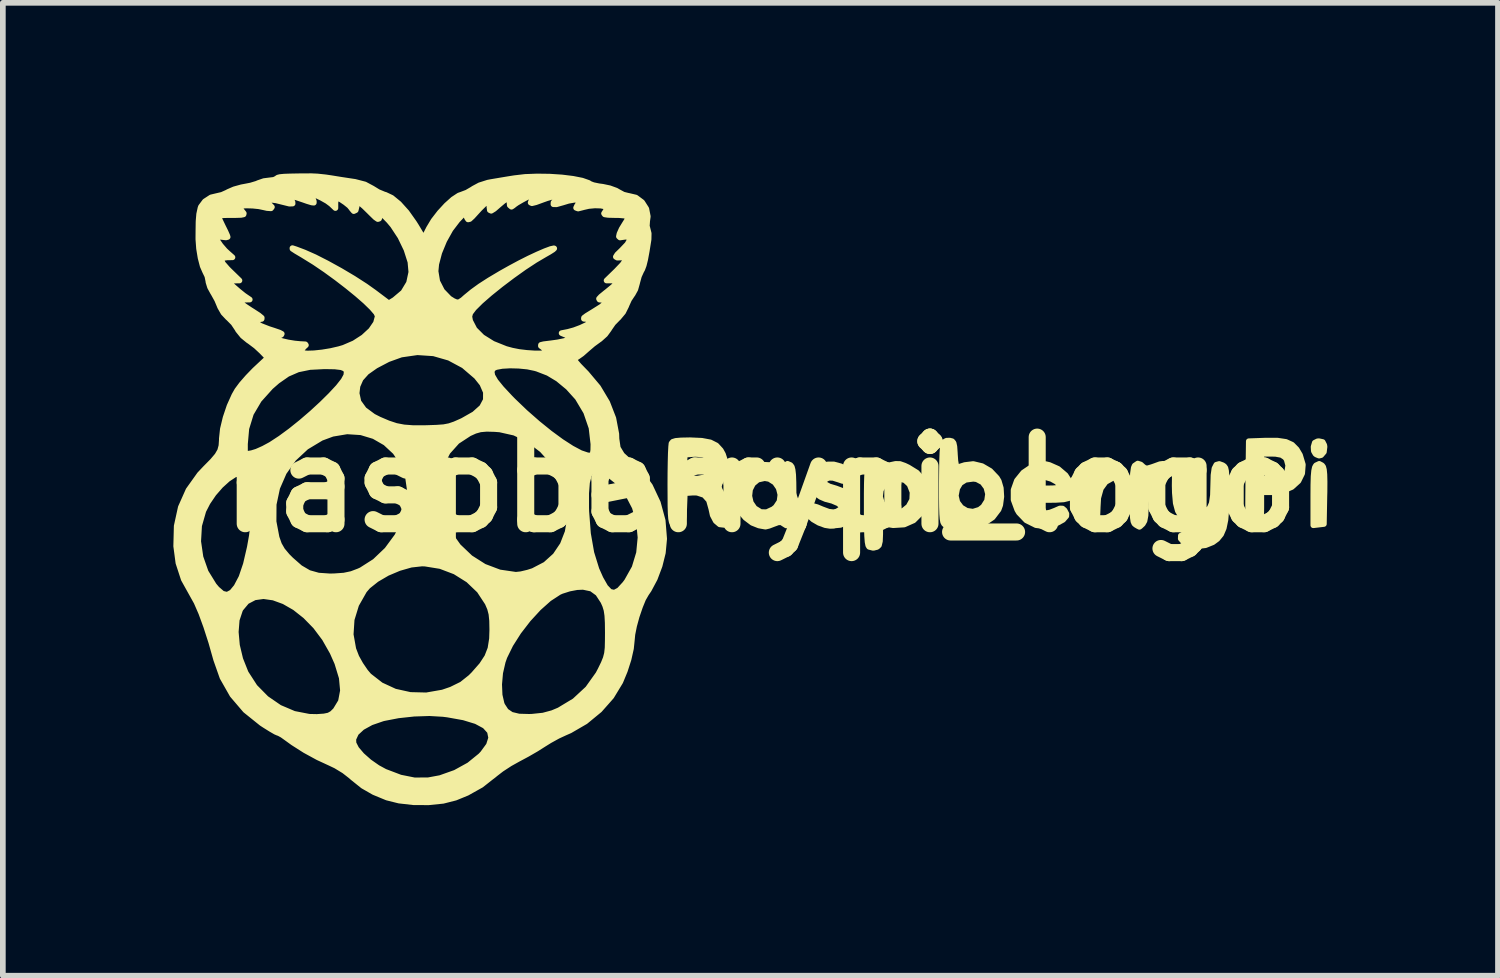
<source format=kicad_pcb>
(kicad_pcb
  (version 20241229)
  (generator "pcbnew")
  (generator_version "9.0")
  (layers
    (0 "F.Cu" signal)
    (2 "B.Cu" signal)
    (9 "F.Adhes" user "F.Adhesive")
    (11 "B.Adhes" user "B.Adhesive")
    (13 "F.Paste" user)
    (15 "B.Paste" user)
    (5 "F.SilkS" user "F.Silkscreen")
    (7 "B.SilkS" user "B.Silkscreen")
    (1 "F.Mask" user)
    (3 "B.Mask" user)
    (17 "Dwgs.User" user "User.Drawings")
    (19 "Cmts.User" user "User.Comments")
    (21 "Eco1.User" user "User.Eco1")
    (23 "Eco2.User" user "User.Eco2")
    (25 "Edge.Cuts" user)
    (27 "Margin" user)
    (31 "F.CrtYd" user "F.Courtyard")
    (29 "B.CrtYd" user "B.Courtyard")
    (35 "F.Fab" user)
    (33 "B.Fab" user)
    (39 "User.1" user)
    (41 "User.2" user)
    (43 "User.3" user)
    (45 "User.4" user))
  (footprint "raspberrypi_logo"
    (layer "F.Cu")
    (at 10.336 5.475)
    (property "Reference" "raspberrypi_logo" (at 0 0 0) (layer "F.SilkS") (effects (font (size 1.524 1.524) (thickness 0.3))))
    (attr through_hole)
    (fp_poly (pts (xy 9.917 -0.664) (xy 9.906 -0.574) (xy 9.858 -0.518) (xy 9.821 -0.509) (xy 9.781 -0.525) (xy 9.759 -0.538) (xy 9.729 -0.59) (xy 9.725 -0.664) (xy 9.746 -0.736) (xy 9.796 -0.761) (xy 9.821 -0.762) (xy 9.885 -0.748) (xy 9.913 -0.693) (xy 9.917 -0.664)) (stroke (width 0.1) (type solid)) (fill yes) (layer "F.SilkS"))
    (fp_poly (pts (xy 9.918 -0.05) (xy 9.917 0.131) (xy 9.915 0.2) (xy 9.906 0.694) (xy 9.813 0.705) (xy 9.72 0.716) (xy 9.72 0.21) (xy 9.721 0.005) (xy 9.725 -0.141) (xy 9.734 -0.24) (xy 9.747 -0.301) (xy 9.766 -0.335) (xy 9.771 -0.339) (xy 9.824 -0.364) (xy 9.873 -0.338) (xy 9.894 -0.31) (xy 9.907 -0.26) (xy 9.915 -0.177) (xy 9.918 -0.05)) (stroke (width 0.1) (type solid)) (fill yes) (layer "F.SilkS"))
    (fp_poly (pts (xy 7.199 -0.246) (xy 7.184 -0.192) (xy 7.108 -0.144) (xy 7.034 -0.116) (xy 6.91 -0.044) (xy 6.826 0.074) (xy 6.782 0.244) (xy 6.773 0.392) (xy 6.768 0.543) (xy 6.75 0.639) (xy 6.72 0.692) (xy 6.676 0.733) (xy 6.661 0.744) (xy 6.631 0.729) (xy 6.596 0.708) (xy 6.572 0.688) (xy 6.555 0.65) (xy 6.545 0.584) (xy 6.539 0.479) (xy 6.537 0.325) (xy 6.536 0.191) (xy 6.539 -0.034) (xy 6.547 -0.195) (xy 6.561 -0.294) (xy 6.577 -0.332) (xy 6.631 -0.369) (xy 6.684 -0.352) (xy 6.72 -0.319) (xy 6.759 -0.289) (xy 6.805 -0.285) (xy 6.88 -0.307) (xy 6.928 -0.324) (xy 7.022 -0.358) (xy 7.077 -0.365) (xy 7.119 -0.345) (xy 7.155 -0.311) (xy 7.199 -0.246)) (stroke (width 0.1) (type solid)) (fill yes) (layer "F.SilkS"))
    (fp_poly (pts (xy 6.347 -0.252) (xy 6.317 -0.186) (xy 6.227 -0.13) (xy 6.192 -0.117) (xy 6.066 -0.046) (xy 5.982 0.07) (xy 5.936 0.236) (xy 5.927 0.392) (xy 5.921 0.543) (xy 5.904 0.639) (xy 5.873 0.692) (xy 5.829 0.733) (xy 5.814 0.744) (xy 5.784 0.729) (xy 5.749 0.708) (xy 5.725 0.688) (xy 5.709 0.65) (xy 5.698 0.584) (xy 5.692 0.48) (xy 5.69 0.326) (xy 5.69 0.189) (xy 5.691 -0.011) (xy 5.696 -0.154) (xy 5.705 -0.249) (xy 5.719 -0.307) (xy 5.74 -0.338) (xy 5.74 -0.339) (xy 5.79 -0.362) (xy 5.852 -0.34) (xy 5.873 -0.326) (xy 5.936 -0.294) (xy 5.995 -0.294) (xy 6.076 -0.322) (xy 6.176 -0.36) (xy 6.238 -0.368) (xy 6.285 -0.345) (xy 6.314 -0.319) (xy 6.347 -0.252)) (stroke (width 0.1) (type solid)) (fill yes) (layer "F.SilkS"))
    (fp_poly (pts (xy 9.536 -0.351) (xy 9.524 -0.196) (xy 9.458 -0.062) (xy 9.342 0.043) (xy 9.279 0.07) (xy 9.279 -0.337) (xy 9.251 -0.441) (xy 9.223 -0.48) (xy 9.16 -0.521) (xy 9.058 -0.54) (xy 8.986 -0.542) (xy 8.805 -0.542) (xy 8.805 -0.322) (xy 8.805 -0.102) (xy 8.967 -0.102) (xy 9.086 -0.113) (xy 9.184 -0.143) (xy 9.204 -0.154) (xy 9.263 -0.232) (xy 9.279 -0.337) (xy 9.279 0.07) (xy 9.182 0.112) (xy 8.993 0.135) (xy 8.805 0.135) (xy 8.805 0.405) (xy 8.803 0.545) (xy 8.794 0.631) (xy 8.775 0.681) (xy 8.743 0.708) (xy 8.742 0.709) (xy 8.664 0.722) (xy 8.623 0.701) (xy 8.604 0.681) (xy 8.59 0.646) (xy 8.581 0.587) (xy 8.575 0.495) (xy 8.573 0.361) (xy 8.574 0.177) (xy 8.576 -0.051) (xy 8.585 -0.762) (xy 8.89 -0.773) (xy 9.091 -0.772) (xy 9.238 -0.75) (xy 9.346 -0.701) (xy 9.427 -0.619) (xy 9.486 -0.519) (xy 9.536 -0.351)) (stroke (width 0.1) (type solid)) (fill yes) (layer "F.SilkS"))
    (fp_poly (pts (xy 1.659 0.444) (xy 1.601 0.563) (xy 1.554 0.613) (xy 1.474 0.675) (xy 1.404 0.709) (xy 1.388 0.711) (xy 1.309 0.718) (xy 1.281 0.725) (xy 1.218 0.727) (xy 1.134 0.714) (xy 1.022 0.673) (xy 0.92 0.614) (xy 0.849 0.55) (xy 0.835 0.526) (xy 0.839 0.465) (xy 0.861 0.421) (xy 0.891 0.388) (xy 0.927 0.38) (xy 0.989 0.397) (xy 1.077 0.434) (xy 1.195 0.478) (xy 1.278 0.488) (xy 1.336 0.475) (xy 1.409 0.431) (xy 1.418 0.383) (xy 1.367 0.333) (xy 1.257 0.286) (xy 1.139 0.255) (xy 1.051 0.217) (xy 0.958 0.15) (xy 0.94 0.132) (xy 0.874 0.055) (xy 0.853 -0.013) (xy 0.86 -0.078) (xy 0.917 -0.205) (xy 1.026 -0.301) (xy 1.168 -0.353) (xy 1.283 -0.354) (xy 1.405 -0.321) (xy 1.516 -0.267) (xy 1.594 -0.198) (xy 1.62 -0.144) (xy 1.608 -0.072) (xy 1.546 -0.046) (xy 1.434 -0.065) (xy 1.376 -0.085) (xy 1.271 -0.118) (xy 1.199 -0.12) (xy 1.153 -0.102) (xy 1.106 -0.058) (xy 1.123 -0.012) (xy 1.204 0.033) (xy 1.321 0.068) (xy 1.484 0.129) (xy 1.597 0.218) (xy 1.657 0.326) (xy 1.659 0.444)) (stroke (width 0.1) (type solid)) (fill yes) (layer "F.SilkS"))
    (fp_poly (pts (xy 0.576 0.189) (xy 0.575 0.382) (xy 0.571 0.518) (xy 0.564 0.609) (xy 0.552 0.664) (xy 0.533 0.695) (xy 0.516 0.707) (xy 0.447 0.719) (xy 0.403 0.691) (xy 0.359 0.663) (xy 0.344 0.663) (xy 0.344 0.179) (xy 0.315 0.062) (xy 0.247 -0.036) (xy 0.148 -0.099) (xy 0.068 -0.113) (xy -0.053 -0.086) (xy -0.139 -0.014) (xy -0.19 0.087) (xy -0.203 0.202) (xy -0.177 0.317) (xy -0.11 0.416) (xy -0.00038 0.484) (xy 0 0.484) (xy 0.102 0.487) (xy 0.216 0.434) (xy 0.262 0.397) (xy 0.329 0.296) (xy 0.344 0.179) (xy 0.344 0.663) (xy 0.305 0.665) (xy 0.226 0.694) (xy 0.142 0.726) (xy 0.084 0.74) (xy 0.077 0.74) (xy 0.026 0.731) (xy -0.034 0.72) (xy -0.152 0.673) (xy -0.27 0.584) (xy -0.364 0.474) (xy -0.393 0.42) (xy -0.439 0.24) (xy -0.429 0.068) (xy -0.373 -0.086) (xy -0.277 -0.214) (xy -0.15 -0.306) (xy 0.002 -0.351) (xy 0.169 -0.342) (xy 0.219 -0.327) (xy 0.313 -0.299) (xy 0.368 -0.297) (xy 0.408 -0.322) (xy 0.418 -0.331) (xy 0.469 -0.365) (xy 0.518 -0.344) (xy 0.523 -0.34) (xy 0.545 -0.311) (xy 0.559 -0.257) (xy 0.569 -0.17) (xy 0.574 -0.037) (xy 0.576 0.152) (xy 0.576 0.189)) (stroke (width 0.1) (type solid)) (fill yes) (layer "F.SilkS"))
    (fp_poly (pts (xy 2.896 0.18) (xy 2.889 0.319) (xy 2.864 0.418) (xy 2.817 0.5) (xy 2.686 0.631) (xy 2.669 0.638) (xy 2.669 0.135) (xy 2.62 0.007) (xy 2.605 -0.012) (xy 2.536 -0.076) (xy 2.445 -0.1) (xy 2.401 -0.102) (xy 2.266 -0.074) (xy 2.169 -0.003) (xy 2.111 0.098) (xy 2.097 0.213) (xy 2.131 0.328) (xy 2.216 0.426) (xy 2.261 0.456) (xy 2.387 0.491) (xy 2.508 0.46) (xy 2.599 0.386) (xy 2.663 0.269) (xy 2.669 0.135) (xy 2.669 0.638) (xy 2.522 0.703) (xy 2.328 0.715) (xy 2.21 0.696) (xy 2.1 0.672) (xy 2.1 0.874) (xy 2.095 0.997) (xy 2.078 1.067) (xy 2.046 1.097) (xy 1.978 1.114) (xy 1.91 1.097) (xy 1.905 1.095) (xy 1.89 1.071) (xy 1.878 1.01) (xy 1.87 0.903) (xy 1.865 0.746) (xy 1.863 0.531) (xy 1.863 0.388) (xy 1.863 0.153) (xy 1.865 -0.022) (xy 1.869 -0.148) (xy 1.876 -0.234) (xy 1.887 -0.287) (xy 1.902 -0.317) (xy 1.922 -0.334) (xy 1.923 -0.335) (xy 2.01 -0.346) (xy 2.043 -0.333) (xy 2.126 -0.318) (xy 2.258 -0.339) (xy 2.267 -0.341) (xy 2.37 -0.363) (xy 2.446 -0.362) (xy 2.529 -0.333) (xy 2.594 -0.302) (xy 2.745 -0.209) (xy 2.838 -0.103) (xy 2.885 0.033) (xy 2.896 0.18)) (stroke (width 0.1) (type solid)) (fill yes) (layer "F.SilkS"))
    (fp_poly (pts (xy 8.195 0.156) (xy 8.195 0.179) (xy 8.19 0.429) (xy 8.174 0.621) (xy 8.144 0.767) (xy 8.098 0.875) (xy 8.031 0.957) (xy 7.952 1.015) (xy 7.823 1.067) (xy 7.678 1.084) (xy 7.541 1.066) (xy 7.449 1.021) (xy 7.388 0.952) (xy 7.39 0.899) (xy 7.452 0.865) (xy 7.572 0.855) (xy 7.601 0.855) (xy 7.72 0.855) (xy 7.797 0.837) (xy 7.856 0.795) (xy 7.862 0.789) (xy 7.936 0.715) (xy 7.762 0.716) (xy 7.618 0.704) (xy 7.506 0.658) (xy 7.482 0.642) (xy 7.395 0.562) (xy 7.336 0.462) (xy 7.3 0.327) (xy 7.284 0.146) (xy 7.281 0.019) (xy 7.283 -0.133) (xy 7.289 -0.232) (xy 7.303 -0.291) (xy 7.326 -0.324) (xy 7.347 -0.337) (xy 7.416 -0.357) (xy 7.466 -0.325) (xy 7.499 -0.24) (xy 7.515 -0.095) (xy 7.518 0.048) (xy 7.524 0.228) (xy 7.544 0.35) (xy 7.584 0.425) (xy 7.649 0.463) (xy 7.745 0.474) (xy 7.748 0.474) (xy 7.835 0.461) (xy 7.896 0.415) (xy 7.934 0.327) (xy 7.954 0.189) (xy 7.959 0.014) (xy 7.964 -0.166) (xy 7.981 -0.284) (xy 8.014 -0.348) (xy 8.065 -0.362) (xy 8.126 -0.34) (xy 8.153 -0.321) (xy 8.173 -0.292) (xy 8.185 -0.24) (xy 8.192 -0.156) (xy 8.195 -0.028) (xy 8.195 0.156)) (stroke (width 0.1) (type solid)) (fill yes) (layer "F.SilkS"))
    (fp_poly (pts (xy 4.231 0.213) (xy 4.212 0.359) (xy 4.183 0.439) (xy 4.078 0.577) (xy 3.997 0.632) (xy 3.997 0.166) (xy 3.968 0.052) (xy 3.9 -0.04) (xy 3.799 -0.094) (xy 3.738 -0.102) (xy 3.602 -0.084) (xy 3.51 -0.026) (xy 3.455 0.066) (xy 3.43 0.197) (xy 3.457 0.312) (xy 3.525 0.403) (xy 3.621 0.461) (xy 3.732 0.478) (xy 3.846 0.443) (xy 3.913 0.391) (xy 3.98 0.285) (xy 3.997 0.166) (xy 3.997 0.632) (xy 3.934 0.673) (xy 3.771 0.721) (xy 3.603 0.712) (xy 3.564 0.701) (xy 3.468 0.675) (xy 3.404 0.679) (xy 3.367 0.698) (xy 3.287 0.723) (xy 3.243 0.708) (xy 3.223 0.69) (xy 3.207 0.659) (xy 3.197 0.605) (xy 3.19 0.519) (xy 3.186 0.391) (xy 3.184 0.214) (xy 3.184 -0.01) (xy 3.186 -0.221) (xy 3.189 -0.41) (xy 3.195 -0.566) (xy 3.203 -0.678) (xy 3.212 -0.736) (xy 3.213 -0.74) (xy 3.266 -0.771) (xy 3.323 -0.773) (xy 3.366 -0.762) (xy 3.391 -0.732) (xy 3.405 -0.669) (xy 3.413 -0.555) (xy 3.414 -0.533) (xy 3.422 -0.419) (xy 3.436 -0.337) (xy 3.451 -0.305) (xy 3.451 -0.305) (xy 3.499 -0.315) (xy 3.579 -0.34) (xy 3.588 -0.343) (xy 3.737 -0.361) (xy 3.892 -0.324) (xy 4.036 -0.24) (xy 4.153 -0.116) (xy 4.186 -0.061) (xy 4.222 0.062) (xy 4.231 0.213)) (stroke (width 0.1) (type solid)) (fill yes) (layer "F.SilkS"))
    (fp_poly (pts (xy 5.482 0.138) (xy 5.468 0.2) (xy 5.419 0.239) (xy 5.328 0.261) (xy 5.264 0.265) (xy 5.264 0.023) (xy 5.261 0.016) (xy 5.208 -0.046) (xy 5.114 -0.099) (xy 5.004 -0.131) (xy 4.954 -0.135) (xy 4.855 -0.117) (xy 4.767 -0.07) (xy 4.714 -0.01) (xy 4.707 0.019) (xy 4.721 0.044) (xy 4.77 0.059) (xy 4.866 0.066) (xy 4.994 0.068) (xy 5.134 0.066) (xy 5.218 0.06) (xy 5.258 0.046) (xy 5.264 0.023) (xy 5.264 0.265) (xy 5.185 0.27) (xy 5.059 0.271) (xy 4.898 0.272) (xy 4.793 0.278) (xy 4.735 0.29) (xy 4.71 0.309) (xy 4.707 0.322) (xy 4.736 0.375) (xy 4.807 0.433) (xy 4.899 0.481) (xy 4.987 0.507) (xy 5.005 0.508) (xy 5.09 0.492) (xy 5.186 0.455) (xy 5.187 0.454) (xy 5.262 0.421) (xy 5.308 0.423) (xy 5.343 0.452) (xy 5.376 0.515) (xy 5.374 0.554) (xy 5.317 0.62) (xy 5.214 0.676) (xy 5.086 0.714) (xy 4.953 0.728) (xy 4.84 0.714) (xy 4.67 0.629) (xy 4.541 0.494) (xy 4.511 0.444) (xy 4.447 0.269) (xy 4.447 0.094) (xy 4.505 -0.07) (xy 4.618 -0.21) (xy 4.754 -0.302) (xy 4.858 -0.349) (xy 4.935 -0.366) (xy 5.017 -0.358) (xy 5.076 -0.344) (xy 5.231 -0.275) (xy 5.361 -0.164) (xy 5.448 -0.028) (xy 5.471 0.048) (xy 5.482 0.138)) (stroke (width 0.1) (type solid)) (fill yes) (layer "F.SilkS"))
    (fp_poly (pts (xy -0.551 0.583) (xy -0.557 0.634) (xy -0.574 0.658) (xy -0.647 0.709) (xy -0.723 0.7) (xy -0.793 0.641) (xy -0.847 0.538) (xy -0.862 0.469) (xy -0.862 -0.322) (xy -0.882 -0.41) (xy -0.935 -0.489) (xy -1.021 -0.53) (xy -1.152 -0.539) (xy -1.205 -0.536) (xy -1.338 -0.525) (xy -1.348 -0.36) (xy -1.351 -0.253) (xy -1.346 -0.171) (xy -1.341 -0.148) (xy -1.298 -0.118) (xy -1.213 -0.103) (xy -1.111 -0.104) (xy -1.016 -0.122) (xy -0.981 -0.136) (xy -0.891 -0.216) (xy -0.862 -0.322) (xy -0.862 0.469) (xy -0.872 0.424) (xy -0.913 0.277) (xy -0.996 0.184) (xy -1.121 0.143) (xy -1.2 0.142) (xy -1.338 0.152) (xy -1.348 0.414) (xy -1.356 0.556) (xy -1.371 0.644) (xy -1.396 0.692) (xy -1.416 0.708) (xy -1.502 0.719) (xy -1.533 0.707) (xy -1.553 0.689) (xy -1.568 0.657) (xy -1.579 0.601) (xy -1.586 0.512) (xy -1.59 0.381) (xy -1.591 0.199) (xy -1.592 0.001) (xy -1.591 -0.208) (xy -1.588 -0.397) (xy -1.584 -0.553) (xy -1.578 -0.665) (xy -1.572 -0.722) (xy -1.571 -0.725) (xy -1.549 -0.752) (xy -1.497 -0.768) (xy -1.405 -0.776) (xy -1.258 -0.779) (xy -1.241 -0.779) (xy -1.039 -0.77) (xy -0.89 -0.742) (xy -0.783 -0.688) (xy -0.705 -0.603) (xy -0.666 -0.532) (xy -0.616 -0.378) (xy -0.626 -0.234) (xy -0.684 -0.097) (xy -0.728 -0.012) (xy -0.74 0.044) (xy -0.721 0.098) (xy -0.701 0.133) (xy -0.66 0.231) (xy -0.643 0.322) (xy -0.626 0.417) (xy -0.587 0.509) (xy -0.551 0.583)) (stroke (width 0.1) (type solid)) (fill yes) (layer "F.SilkS"))
    (fp_poly (pts (xy -1.701 0.955) (xy -1.724 1.2) (xy -1.781 1.429) (xy -1.866 1.655) (xy -1.97 1.85) (xy -2.017 1.919) (xy -2.071 2.013) (xy -2.117 2.126) (xy -2.117 0.932) (xy -2.143 0.66) (xy -2.218 0.4) (xy -2.341 0.163) (xy -2.51 -0.042) (xy -2.665 -0.166) (xy -2.792 -0.239) (xy -2.893 -0.265) (xy -2.946 -0.249) (xy -2.946 -0.712) (xy -2.979 -0.999) (xy -3.074 -1.275) (xy -3.224 -1.527) (xy -3.39 -1.711) (xy -3.569 -1.859) (xy -3.742 -1.963) (xy -3.936 -2.038) (xy -3.975 -2.049) (xy -4.105 -2.076) (xy -4.257 -2.091) (xy -4.412 -2.095) (xy -4.552 -2.087) (xy -4.659 -2.067) (xy -4.711 -2.042) (xy -4.737 -1.989) (xy -4.724 -1.916) (xy -4.667 -1.818) (xy -4.564 -1.691) (xy -4.412 -1.528) (xy -4.359 -1.474) (xy -4.145 -1.269) (xy -3.926 -1.077) (xy -3.712 -0.904) (xy -3.509 -0.755) (xy -3.326 -0.637) (xy -3.17 -0.554) (xy -3.051 -0.514) (xy -3.023 -0.511) (xy -2.98 -0.514) (xy -2.958 -0.54) (xy -2.948 -0.604) (xy -2.946 -0.712) (xy -2.946 -0.249) (xy -2.97 -0.242) (xy -3.024 -0.168) (xy -3.058 -0.037) (xy -3.073 0.152) (xy -3.073 0.404) (xy -3.071 0.474) (xy -3.041 0.864) (xy -2.982 1.201) (xy -2.892 1.492) (xy -2.82 1.654) (xy -2.735 1.803) (xy -2.656 1.886) (xy -2.577 1.904) (xy -2.492 1.859) (xy -2.392 1.75) (xy -2.356 1.702) (xy -2.222 1.463) (xy -2.143 1.203) (xy -2.117 0.932) (xy -2.117 2.126) (xy -2.128 2.154) (xy -2.184 2.318) (xy -2.23 2.486) (xy -2.26 2.636) (xy -2.269 2.73) (xy -2.285 2.885) (xy -2.328 3.076) (xy -2.393 3.278) (xy -2.472 3.469) (xy -2.473 3.471) (xy -2.629 3.728) (xy -2.692 3.8) (xy -2.692 2.609) (xy -2.694 2.432) (xy -2.701 2.304) (xy -2.715 2.209) (xy -2.739 2.13) (xy -2.772 2.056) (xy -2.865 1.914) (xy -2.979 1.831) (xy -3.127 1.8) (xy -3.236 1.805) (xy -3.358 1.828) (xy -3.358 0.595) (xy -3.362 0.344) (xy -3.412 0.09) (xy -3.509 -0.159) (xy -3.652 -0.393) (xy -3.844 -0.605) (xy -3.856 -0.616) (xy -4.092 -0.796) (xy -4.334 -0.912) (xy -4.592 -0.97) (xy -4.683 -0.977) (xy -4.829 -0.981) (xy -4.837 -0.98) (xy -4.837 -1.626) (xy -4.901 -1.773) (xy -5.003 -1.901) (xy -5.227 -2.093) (xy -5.482 -2.23) (xy -5.757 -2.309) (xy -6.043 -2.328) (xy -6.149 -2.313) (xy -6.149 -3.737) (xy -6.165 -3.917) (xy -6.235 -4.136) (xy -6.343 -4.36) (xy -6.474 -4.559) (xy -6.542 -4.64) (xy -6.621 -4.721) (xy -6.666 -4.758) (xy -6.689 -4.756) (xy -6.703 -4.72) (xy -6.704 -4.715) (xy -6.717 -4.678) (xy -6.739 -4.671) (xy -6.781 -4.7) (xy -6.854 -4.771) (xy -6.891 -4.808) (xy -6.977 -4.892) (xy -7.047 -4.953) (xy -7.084 -4.978) (xy -7.085 -4.978) (xy -7.105 -4.949) (xy -7.112 -4.894) (xy -7.128 -4.827) (xy -7.162 -4.811) (xy -7.199 -4.854) (xy -7.201 -4.859) (xy -7.239 -4.905) (xy -7.311 -4.963) (xy -7.39 -5.016) (xy -7.453 -5.045) (xy -7.463 -5.046) (xy -7.479 -5.017) (xy -7.485 -4.956) (xy -7.485 -4.865) (xy -7.561 -4.937) (xy -7.63 -4.988) (xy -7.726 -5.042) (xy -7.823 -5.089) (xy -7.897 -5.113) (xy -7.908 -5.114) (xy -7.909 -5.089) (xy -7.889 -5.043) (xy -7.865 -4.984) (xy -7.865 -4.959) (xy -7.901 -4.963) (xy -7.98 -4.987) (xy -8.054 -5.013) (xy -8.167 -5.051) (xy -8.265 -5.075) (xy -8.305 -5.08) (xy -8.38 -5.08) (xy -8.305 -5.027) (xy -8.241 -4.973) (xy -8.238 -4.944) (xy -8.294 -4.942) (xy -8.387 -4.965) (xy -8.528 -5) (xy -8.63 -5.013) (xy -8.687 -5.003) (xy -8.693 -4.972) (xy -8.645 -4.926) (xy -8.602 -4.882) (xy -8.619 -4.86) (xy -8.687 -4.865) (xy -8.74 -4.877) (xy -8.831 -4.896) (xy -8.94 -4.907) (xy -9.047 -4.91) (xy -9.133 -4.906) (xy -9.176 -4.892) (xy -9.178 -4.888) (xy -9.158 -4.848) (xy -9.122 -4.803) (xy -9.097 -4.771) (xy -9.101 -4.753) (xy -9.146 -4.744) (xy -9.242 -4.741) (xy -9.308 -4.741) (xy -9.426 -4.74) (xy -9.513 -4.735) (xy -9.55 -4.728) (xy -9.55 -4.727) (xy -9.536 -4.692) (xy -9.5 -4.615) (xy -9.466 -4.544) (xy -9.419 -4.449) (xy -9.388 -4.379) (xy -9.381 -4.356) (xy -9.41 -4.348) (xy -9.479 -4.356) (xy -9.483 -4.357) (xy -9.553 -4.362) (xy -9.584 -4.348) (xy -9.584 -4.347) (xy -9.562 -4.289) (xy -9.505 -4.206) (xy -9.428 -4.117) (xy -9.382 -4.074) (xy -9.296 -3.998) (xy -9.388 -3.997) (xy -9.467 -3.986) (xy -9.493 -3.952) (xy -9.465 -3.889) (xy -9.383 -3.795) (xy -9.347 -3.759) (xy -9.173 -3.59) (xy -9.286 -3.589) (xy -9.398 -3.588) (xy -9.279 -3.479) (xy -9.187 -3.399) (xy -9.1 -3.329) (xy -9.076 -3.312) (xy -8.992 -3.255) (xy -9.085 -3.253) (xy -9.152 -3.242) (xy -9.178 -3.222) (xy -9.151 -3.191) (xy -9.079 -3.137) (xy -8.978 -3.07) (xy -8.949 -3.052) (xy -8.836 -2.979) (xy -8.781 -2.934) (xy -8.783 -2.914) (xy -8.795 -2.913) (xy -8.863 -2.899) (xy -8.889 -2.88) (xy -8.877 -2.841) (xy -8.8 -2.792) (xy -8.657 -2.736) (xy -8.57 -2.708) (xy -8.471 -2.674) (xy -8.429 -2.652) (xy -8.438 -2.635) (xy -8.46 -2.627) (xy -8.518 -2.597) (xy -8.534 -2.574) (xy -8.504 -2.551) (xy -8.426 -2.525) (xy -8.319 -2.5) (xy -8.202 -2.481) (xy -8.096 -2.471) (xy -8.084 -2.471) (xy -8.014 -2.467) (xy -8.004 -2.453) (xy -8.035 -2.425) (xy -8.083 -2.371) (xy -8.094 -2.337) (xy -8.064 -2.314) (xy -7.981 -2.305) (xy -7.861 -2.309) (xy -7.718 -2.324) (xy -7.566 -2.349) (xy -7.419 -2.383) (xy -7.341 -2.406) (xy -7.155 -2.486) (xy -6.991 -2.592) (xy -6.859 -2.714) (xy -6.772 -2.841) (xy -6.739 -2.963) (xy -6.739 -2.965) (xy -6.766 -3.023) (xy -6.842 -3.111) (xy -6.957 -3.223) (xy -7.105 -3.352) (xy -7.277 -3.492) (xy -7.464 -3.636) (xy -7.658 -3.777) (xy -7.852 -3.909) (xy -8.038 -4.024) (xy -8.059 -4.037) (xy -8.179 -4.108) (xy -8.24 -4.148) (xy -8.241 -4.159) (xy -8.182 -4.14) (xy -8.06 -4.094) (xy -8.029 -4.082) (xy -7.848 -4.002) (xy -7.632 -3.892) (xy -7.398 -3.763) (xy -7.167 -3.626) (xy -6.956 -3.49) (xy -6.804 -3.382) (xy -6.546 -3.188) (xy -6.445 -3.25) (xy -6.29 -3.381) (xy -6.19 -3.547) (xy -6.149 -3.737) (xy -6.149 -2.313) (xy -6.329 -2.287) (xy -6.559 -2.204) (xy -6.778 -2.089) (xy -6.937 -1.977) (xy -7.041 -1.861) (xy -7.097 -1.733) (xy -7.112 -1.605) (xy -7.079 -1.454) (xy -6.981 -1.318) (xy -6.819 -1.198) (xy -6.717 -1.146) (xy -6.555 -1.077) (xy -6.416 -1.031) (xy -6.279 -1.005) (xy -6.121 -0.993) (xy -5.923 -0.993) (xy -5.873 -0.994) (xy -5.703 -1) (xy -5.579 -1.009) (xy -5.48 -1.028) (xy -5.386 -1.06) (xy -5.275 -1.109) (xy -5.243 -1.124) (xy -5.041 -1.239) (xy -4.906 -1.36) (xy -4.838 -1.488) (xy -4.837 -1.626) (xy -4.837 -0.98) (xy -4.935 -0.971) (xy -5.028 -0.945) (xy -5.13 -0.899) (xy -5.344 -0.759) (xy -5.51 -0.574) (xy -5.626 -0.349) (xy -5.688 -0.091) (xy -5.695 0.196) (xy -5.686 0.281) (xy -5.618 0.577) (xy -5.494 0.848) (xy -5.323 1.088) (xy -5.112 1.289) (xy -4.868 1.444) (xy -4.598 1.546) (xy -4.311 1.588) (xy -4.219 1.578) (xy -4.097 1.549) (xy -4.006 1.52) (xy -3.789 1.407) (xy -3.615 1.25) (xy -3.485 1.057) (xy -3.399 0.836) (xy -3.358 0.595) (xy -3.358 1.828) (xy -3.372 1.831) (xy -3.507 1.874) (xy -3.551 1.894) (xy -3.726 2.008) (xy -3.91 2.172) (xy -4.093 2.371) (xy -4.262 2.59) (xy -4.405 2.815) (xy -4.511 3.031) (xy -4.541 3.117) (xy -4.586 3.312) (xy -4.604 3.515) (xy -4.596 3.704) (xy -4.561 3.857) (xy -4.549 3.885) (xy -4.483 3.986) (xy -4.389 4.05) (xy -4.256 4.082) (xy -4.074 4.087) (xy -4.022 4.085) (xy -3.83 4.065) (xy -3.667 4.021) (xy -3.548 3.971) (xy -3.276 3.807) (xy -3.044 3.592) (xy -2.86 3.334) (xy -2.82 3.258) (xy -2.765 3.145) (xy -2.729 3.056) (xy -2.707 2.972) (xy -2.696 2.873) (xy -2.693 2.741) (xy -2.692 2.609) (xy -2.692 3.8) (xy -2.838 3.965) (xy -3.086 4.169) (xy -3.358 4.327) (xy -3.449 4.367) (xy -3.572 4.424) (xy -3.715 4.503) (xy -3.818 4.567) (xy -3.949 4.65) (xy -4.108 4.742) (xy -4.261 4.824) (xy -4.267 4.827) (xy -4.414 4.909) (xy -4.563 5.006) (xy -4.682 5.098) (xy -4.688 5.104) (xy -4.725 5.133) (xy -4.725 2.557) (xy -4.728 2.395) (xy -4.74 2.277) (xy -4.765 2.181) (xy -4.807 2.083) (xy -4.951 1.864) (xy -5.146 1.678) (xy -5.379 1.532) (xy -5.637 1.434) (xy -5.91 1.39) (xy -5.966 1.389) (xy -6.156 1.41) (xy -6.173 1.415) (xy -6.173 0.112) (xy -6.21 -0.146) (xy -6.298 -0.376) (xy -6.431 -0.574) (xy -6.603 -0.734) (xy -6.806 -0.851) (xy -7.034 -0.92) (xy -7.28 -0.936) (xy -7.286 -0.935) (xy -7.286 -1.991) (xy -7.312 -2.036) (xy -7.378 -2.064) (xy -7.494 -2.078) (xy -7.668 -2.081) (xy -7.681 -2.081) (xy -7.935 -2.068) (xy -8.144 -2.025) (xy -8.328 -1.945) (xy -8.506 -1.821) (xy -8.624 -1.718) (xy -8.829 -1.49) (xy -8.971 -1.249) (xy -9.052 -0.986) (xy -9.076 -0.715) (xy -9.076 -0.533) (xy -8.958 -0.552) (xy -8.87 -0.579) (xy -8.751 -0.632) (xy -8.625 -0.7) (xy -8.618 -0.704) (xy -8.453 -0.812) (xy -8.272 -0.945) (xy -8.084 -1.096) (xy -7.898 -1.256) (xy -7.722 -1.418) (xy -7.565 -1.573) (xy -7.435 -1.713) (xy -7.342 -1.831) (xy -7.295 -1.917) (xy -7.293 -1.924) (xy -7.286 -1.991) (xy -7.286 -0.935) (xy -7.537 -0.893) (xy -7.734 -0.82) (xy -8 -0.66) (xy -8.22 -0.455) (xy -8.391 -0.214) (xy -8.509 0.057) (xy -8.571 0.348) (xy -8.573 0.652) (xy -8.52 0.931) (xy -8.477 1.054) (xy -8.419 1.155) (xy -8.332 1.259) (xy -8.267 1.324) (xy -8.106 1.465) (xy -7.952 1.555) (xy -7.784 1.602) (xy -7.581 1.616) (xy -7.501 1.614) (xy -7.333 1.602) (xy -7.201 1.574) (xy -7.072 1.525) (xy -7.028 1.505) (xy -6.79 1.353) (xy -6.576 1.149) (xy -6.398 0.907) (xy -6.266 0.641) (xy -6.195 0.391) (xy -6.173 0.112) (xy -6.173 1.415) (xy -6.365 1.47) (xy -6.573 1.558) (xy -6.761 1.668) (xy -6.912 1.788) (xy -6.977 1.863) (xy -7.119 2.113) (xy -7.199 2.374) (xy -7.216 2.638) (xy -7.17 2.895) (xy -7.116 3.035) (xy -7.043 3.166) (xy -6.957 3.292) (xy -6.895 3.365) (xy -6.684 3.529) (xy -6.439 3.642) (xy -6.168 3.702) (xy -5.884 3.709) (xy -5.598 3.659) (xy -5.446 3.607) (xy -5.261 3.516) (xy -5.106 3.393) (xy -5.052 3.339) (xy -4.909 3.176) (xy -4.814 3.031) (xy -4.757 2.884) (xy -4.73 2.714) (xy -4.725 2.557) (xy -4.725 5.133) (xy -4.744 5.147) (xy -4.744 4.457) (xy -4.767 4.343) (xy -4.855 4.246) (xy -5.008 4.164) (xy -5.227 4.097) (xy -5.511 4.046) (xy -5.59 4.036) (xy -5.83 4.022) (xy -6.102 4.031) (xy -6.379 4.061) (xy -6.628 4.109) (xy -6.653 4.115) (xy -6.856 4.185) (xy -7.014 4.272) (xy -7.121 4.371) (xy -7.17 4.477) (xy -7.167 4.552) (xy -7.117 4.65) (xy -7.02 4.764) (xy -6.89 4.879) (xy -6.743 4.982) (xy -6.614 5.052) (xy -6.343 5.155) (xy -6.093 5.205) (xy -5.85 5.203) (xy -5.64 5.164) (xy -5.375 5.07) (xy -5.132 4.936) (xy -4.931 4.773) (xy -4.892 4.732) (xy -4.785 4.586) (xy -4.744 4.457) (xy -4.744 5.147) (xy -4.919 5.285) (xy -5.169 5.425) (xy -5.374 5.509) (xy -5.59 5.564) (xy -5.843 5.59) (xy -6.109 5.589) (xy -6.365 5.56) (xy -6.577 5.507) (xy -6.807 5.412) (xy -6.999 5.302) (xy -7.18 5.157) (xy -7.214 5.127) (xy -7.332 5.035) (xy -7.352 5.023) (xy -7.352 3.625) (xy -7.373 3.4) (xy -7.452 3.14) (xy -7.536 2.95) (xy -7.674 2.707) (xy -7.834 2.494) (xy -8.012 2.312) (xy -8.198 2.165) (xy -8.388 2.056) (xy -8.574 1.988) (xy -8.75 1.963) (xy -8.909 1.985) (xy -8.917 1.99) (xy -8.917 0.416) (xy -8.932 0.208) (xy -8.965 0.033) (xy -9.018 -0.099) (xy -9.086 -0.18) (xy -9.157 -0.203) (xy -9.258 -0.175) (xy -9.377 -0.097) (xy -9.504 0.018) (xy -9.627 0.159) (xy -9.733 0.315) (xy -9.808 0.461) (xy -9.883 0.723) (xy -9.899 1) (xy -9.859 1.277) (xy -9.767 1.539) (xy -9.623 1.773) (xy -9.569 1.837) (xy -9.473 1.92) (xy -9.388 1.94) (xy -9.306 1.896) (xy -9.226 1.799) (xy -9.138 1.632) (xy -9.06 1.402) (xy -8.991 1.105) (xy -8.955 0.902) (xy -8.925 0.65) (xy -8.917 0.416) (xy -8.917 1.99) (xy -9.045 2.057) (xy -9.15 2.182) (xy -9.163 2.205) (xy -9.221 2.38) (xy -9.238 2.594) (xy -9.217 2.829) (xy -9.159 3.072) (xy -9.066 3.306) (xy -9.059 3.32) (xy -8.903 3.561) (xy -8.702 3.765) (xy -8.469 3.925) (xy -8.213 4.034) (xy -7.946 4.086) (xy -7.811 4.089) (xy -7.683 4.08) (xy -7.601 4.063) (xy -7.542 4.03) (xy -7.484 3.973) (xy -7.482 3.971) (xy -7.388 3.816) (xy -7.352 3.625) (xy -7.352 5.023) (xy -7.477 4.947) (xy -7.578 4.899) (xy -7.79 4.801) (xy -8.019 4.676) (xy -8.231 4.541) (xy -8.336 4.465) (xy -8.417 4.407) (xy -8.479 4.373) (xy -8.494 4.369) (xy -8.536 4.351) (xy -8.619 4.303) (xy -8.728 4.235) (xy -8.783 4.199) (xy -9.068 3.97) (xy -9.297 3.702) (xy -9.472 3.394) (xy -9.583 3.079) (xy -9.669 2.775) (xy -9.758 2.499) (xy -9.845 2.261) (xy -9.928 2.07) (xy -10.001 1.939) (xy -10.153 1.666) (xy -10.247 1.378) (xy -10.286 1.084) (xy -10.277 0.73) (xy -10.205 0.401) (xy -10.07 0.098) (xy -9.873 -0.178) (xy -9.77 -0.287) (xy -9.645 -0.414) (xy -9.562 -0.512) (xy -9.513 -0.597) (xy -9.49 -0.683) (xy -9.483 -0.786) (xy -9.483 -0.809) (xy -9.465 -0.977) (xy -9.417 -1.176) (xy -9.348 -1.381) (xy -9.264 -1.568) (xy -9.213 -1.658) (xy -9.135 -1.763) (xy -9.026 -1.888) (xy -8.909 -2.009) (xy -8.889 -2.028) (xy -8.673 -2.23) (xy -8.782 -2.343) (xy -8.882 -2.436) (xy -8.995 -2.521) (xy -9.018 -2.536) (xy -9.116 -2.616) (xy -9.197 -2.716) (xy -9.209 -2.738) (xy -9.278 -2.841) (xy -9.364 -2.928) (xy -9.375 -2.937) (xy -9.455 -3.022) (xy -9.515 -3.127) (xy -9.518 -3.136) (xy -9.566 -3.25) (xy -9.63 -3.365) (xy -9.639 -3.379) (xy -9.691 -3.474) (xy -9.718 -3.561) (xy -9.72 -3.579) (xy -9.738 -3.667) (xy -9.777 -3.747) (xy -9.82 -3.845) (xy -9.857 -3.988) (xy -9.884 -4.152) (xy -9.896 -4.315) (xy -9.896 -4.352) (xy -9.895 -4.478) (xy -9.893 -4.615) (xy -9.892 -4.64) (xy -9.882 -4.758) (xy -9.859 -4.864) (xy -9.851 -4.887) (xy -9.781 -4.981) (xy -9.672 -5.052) (xy -9.554 -5.08) (xy -9.554 -5.08) (xy -9.481 -5.097) (xy -9.389 -5.138) (xy -9.372 -5.148) (xy -9.266 -5.194) (xy -9.136 -5.23) (xy -9.092 -5.238) (xy -8.974 -5.261) (xy -8.871 -5.292) (xy -8.841 -5.305) (xy -8.742 -5.339) (xy -8.646 -5.351) (xy -8.565 -5.361) (xy -8.517 -5.385) (xy -8.517 -5.386) (xy -8.499 -5.4) (xy -8.459 -5.41) (xy -8.387 -5.417) (xy -8.275 -5.421) (xy -8.113 -5.424) (xy -7.908 -5.425) (xy -7.8 -5.42) (xy -7.66 -5.405) (xy -7.552 -5.389) (xy -7.398 -5.364) (xy -7.235 -5.339) (xy -7.141 -5.325) (xy -6.967 -5.28) (xy -6.836 -5.21) (xy -6.733 -5.147) (xy -6.625 -5.102) (xy -6.607 -5.098) (xy -6.495 -5.045) (xy -6.367 -4.94) (xy -6.232 -4.79) (xy -6.101 -4.605) (xy -6.065 -4.548) (xy -5.932 -4.326) (xy -5.841 -4.506) (xy -5.758 -4.644) (xy -5.65 -4.784) (xy -5.531 -4.913) (xy -5.414 -5.018) (xy -5.312 -5.085) (xy -5.272 -5.099) (xy -5.172 -5.137) (xy -5.069 -5.197) (xy -5.057 -5.206) (xy -4.947 -5.265) (xy -4.803 -5.311) (xy -4.752 -5.321) (xy -4.604 -5.346) (xy -4.436 -5.374) (xy -4.335 -5.39) (xy -4.147 -5.412) (xy -3.936 -5.42) (xy -3.716 -5.417) (xy -3.502 -5.403) (xy -3.307 -5.379) (xy -3.145 -5.347) (xy -3.031 -5.307) (xy -3.001 -5.288) (xy -2.948 -5.268) (xy -2.852 -5.248) (xy -2.784 -5.239) (xy -2.66 -5.213) (xy -2.548 -5.172) (xy -2.508 -5.149) (xy -2.419 -5.101) (xy -2.335 -5.08) (xy -2.332 -5.08) (xy -2.199 -5.049) (xy -2.089 -4.967) (xy -2.015 -4.851) (xy -1.989 -4.717) (xy -2 -4.637) (xy -2.006 -4.549) (xy -1.991 -4.49) (xy -1.973 -4.418) (xy -1.975 -4.319) (xy -1.976 -4.307) (xy -2.008 -4.106) (xy -2.035 -3.96) (xy -2.06 -3.859) (xy -2.086 -3.789) (xy -2.105 -3.755) (xy -2.145 -3.667) (xy -2.175 -3.557) (xy -2.178 -3.543) (xy -2.208 -3.436) (xy -2.256 -3.349) (xy -2.264 -3.339) (xy -2.305 -3.277) (xy -2.305 -4.303) (xy -2.313 -4.349) (xy -2.373 -4.361) (xy -2.407 -4.357) (xy -2.477 -4.347) (xy -2.497 -4.365) (xy -2.487 -4.412) (xy -2.45 -4.495) (xy -2.4 -4.577) (xy -2.351 -4.656) (xy -2.345 -4.705) (xy -2.389 -4.731) (xy -2.49 -4.74) (xy -2.564 -4.741) (xy -2.684 -4.744) (xy -2.746 -4.753) (xy -2.759 -4.77) (xy -2.75 -4.782) (xy -2.714 -4.842) (xy -2.709 -4.867) (xy -2.739 -4.893) (xy -2.816 -4.908) (xy -2.92 -4.911) (xy -3.03 -4.901) (xy -3.126 -4.879) (xy -3.135 -4.876) (xy -3.215 -4.856) (xy -3.25 -4.869) (xy -3.231 -4.91) (xy -3.224 -4.918) (xy -3.188 -4.973) (xy -3.208 -5.005) (xy -3.278 -5.011) (xy -3.387 -4.992) (xy -3.489 -4.961) (xy -3.596 -4.931) (xy -3.649 -4.932) (xy -3.647 -4.963) (xy -3.595 -5.015) (xy -3.542 -5.06) (xy -3.541 -5.077) (xy -3.586 -5.08) (xy -3.657 -5.068) (xy -3.762 -5.038) (xy -3.835 -5.012) (xy -3.958 -4.967) (xy -4.027 -4.95) (xy -4.05 -4.96) (xy -4.035 -4.999) (xy -4.016 -5.029) (xy -3.983 -5.088) (xy -3.979 -5.114) (xy -3.98 -5.114) (xy -4.027 -5.098) (xy -4.11 -5.058) (xy -4.205 -5.007) (xy -4.291 -4.957) (xy -4.345 -4.919) (xy -4.352 -4.911) (xy -4.387 -4.888) (xy -4.417 -4.913) (xy -4.422 -4.968) (xy -4.419 -4.981) (xy -4.415 -5.035) (xy -4.452 -5.038) (xy -4.527 -4.99) (xy -4.601 -4.928) (xy -4.692 -4.849) (xy -4.744 -4.817) (xy -4.768 -4.828) (xy -4.775 -4.881) (xy -4.775 -4.894) (xy -4.783 -4.955) (xy -4.81 -4.971) (xy -4.862 -4.939) (xy -4.946 -4.856) (xy -4.992 -4.806) (xy -5.074 -4.716) (xy -5.123 -4.671) (xy -5.151 -4.665) (xy -5.169 -4.692) (xy -5.177 -4.712) (xy -5.196 -4.756) (xy -5.219 -4.765) (xy -5.259 -4.734) (xy -5.33 -4.659) (xy -5.333 -4.657) (xy -5.46 -4.491) (xy -5.571 -4.292) (xy -5.658 -4.081) (xy -5.711 -3.879) (xy -5.723 -3.752) (xy -5.693 -3.572) (xy -5.608 -3.406) (xy -5.481 -3.274) (xy -5.411 -3.23) (xy -5.352 -3.205) (xy -5.305 -3.209) (xy -5.245 -3.248) (xy -5.191 -3.296) (xy -5.074 -3.392) (xy -4.94 -3.489) (xy -4.777 -3.594) (xy -4.572 -3.716) (xy -4.408 -3.808) (xy -4.246 -3.895) (xy -4.082 -3.978) (xy -3.928 -4.05) (xy -3.796 -4.107) (xy -3.696 -4.144) (xy -3.641 -4.156) (xy -3.635 -4.154) (xy -3.656 -4.134) (xy -3.722 -4.092) (xy -3.801 -4.047) (xy -3.969 -3.948) (xy -4.164 -3.82) (xy -4.37 -3.673) (xy -4.575 -3.518) (xy -4.765 -3.365) (xy -4.926 -3.225) (xy -5.044 -3.108) (xy -5.054 -3.096) (xy -5.112 -3.019) (xy -5.129 -2.956) (xy -5.114 -2.878) (xy -5.037 -2.729) (xy -4.902 -2.594) (xy -4.716 -2.478) (xy -4.487 -2.386) (xy -4.376 -2.356) (xy -4.254 -2.332) (xy -4.118 -2.316) (xy -3.984 -2.307) (xy -3.868 -2.307) (xy -3.788 -2.315) (xy -3.759 -2.333) (xy -3.784 -2.372) (xy -3.834 -2.412) (xy -3.87 -2.439) (xy -3.868 -2.457) (xy -3.819 -2.469) (xy -3.713 -2.482) (xy -3.703 -2.483) (xy -3.574 -2.501) (xy -3.457 -2.525) (xy -3.4 -2.542) (xy -3.302 -2.58) (xy -3.404 -2.622) (xy -3.505 -2.664) (xy -3.392 -2.686) (xy -3.283 -2.716) (xy -3.169 -2.759) (xy -3.069 -2.806) (xy -3 -2.85) (xy -2.98 -2.877) (xy -3.009 -2.903) (xy -3.073 -2.913) (xy -3.113 -2.917) (xy -3.111 -2.934) (xy -3.063 -2.97) (xy -2.962 -3.032) (xy -2.949 -3.04) (xy -2.809 -3.128) (xy -2.733 -3.192) (xy -2.72 -3.233) (xy -2.771 -3.25) (xy -2.794 -3.251) (xy -2.839 -3.254) (xy -2.847 -3.269) (xy -2.813 -3.306) (xy -2.731 -3.373) (xy -2.715 -3.385) (xy -2.602 -3.478) (xy -2.54 -3.538) (xy -2.527 -3.572) (xy -2.558 -3.587) (xy -2.608 -3.59) (xy -2.714 -3.59) (xy -2.542 -3.757) (xy -2.436 -3.868) (xy -2.383 -3.942) (xy -2.382 -3.984) (xy -2.431 -3.996) (xy -2.447 -3.995) (xy -2.525 -3.992) (xy -2.551 -4.007) (xy -2.526 -4.047) (xy -2.449 -4.122) (xy -2.444 -4.127) (xy -2.349 -4.227) (xy -2.305 -4.303) (xy -2.305 -3.277) (xy -2.318 -3.258) (xy -2.365 -3.154) (xy -2.369 -3.142) (xy -2.423 -3.034) (xy -2.504 -2.937) (xy -2.514 -2.928) (xy -2.599 -2.841) (xy -2.667 -2.743) (xy -2.672 -2.733) (xy -2.738 -2.643) (xy -2.829 -2.561) (xy -2.845 -2.55) (xy -2.952 -2.472) (xy -3.056 -2.383) (xy -3.065 -2.375) (xy -3.148 -2.302) (xy -3.226 -2.247) (xy -3.239 -2.239) (xy -3.27 -2.22) (xy -3.277 -2.196) (xy -3.256 -2.156) (xy -3.2 -2.091) (xy -3.104 -1.992) (xy -3.069 -1.956) (xy -2.863 -1.711) (xy -2.703 -1.443) (xy -2.595 -1.165) (xy -2.543 -0.89) (xy -2.54 -0.803) (xy -2.517 -0.645) (xy -2.442 -0.521) (xy -2.374 -0.459) (xy -2.139 -0.238) (xy -1.95 0.025) (xy -1.812 0.319) (xy -1.727 0.633) (xy -1.701 0.955)) (stroke (width 0.1) (type solid)) (fill yes) (layer "F.SilkS")))
  (gr_rect
    (start -3 -3)
    (end 23.305 14.116)
    (stroke (width 0.1) (type default))
    (fill no)
    (layer "Edge.Cuts")))
</source>
